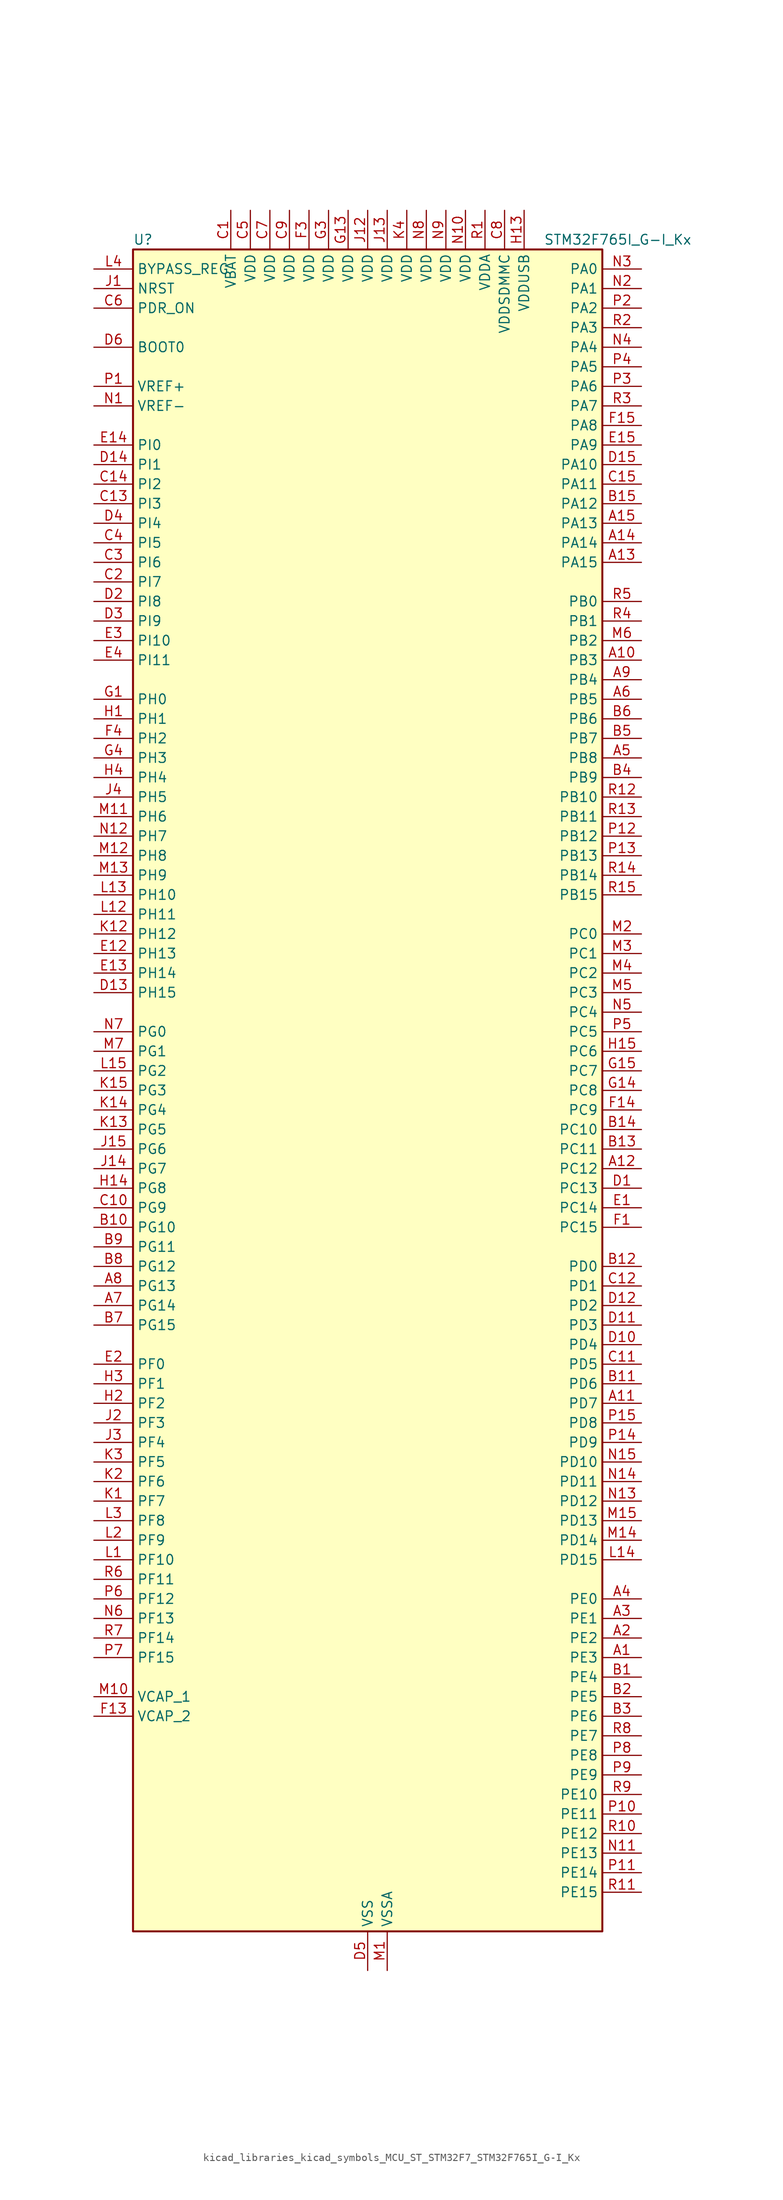
<source format=kicad_sym>
(kicad_symbol_lib
  (version 20220914)
  (generator kicad_symbol_editor)
  (symbol "kicad_libraries_kicad_symbols_MCU_ST_STM32F7_STM32F765I_G-I_Kx"
    (property "Reference" "U"
      (at -30.48 110.49 0)
      (effects (font (size 1.27 1.27)) (justify left)))
    (property "Value" "STM32F765I_G-I_Kx"
      (at 22.86 110.49 0)
      (effects (font (size 1.27 1.27)) (justify left)))
    (property "ki_locked" ""
      (at 0 0 0)
      (effects (font (size 1.27 1.27))))
    (symbol "kicad_libraries_kicad_symbols_MCU_ST_STM32F7_STM32F765I_G-I_Kx_0_1"
      (rectangle (start -30.48 -109.22) (end 30.48 109.22) (stroke (width 0.254) (type default)) (fill (type background))))
    (symbol "kicad_libraries_kicad_symbols_MCU_ST_STM32F7_STM32F765I_G-I_Kx_1_1"
      (pin bidirectional line (at 35.56 -73.66 180) (length 5.08) (name "PE3" (effects (font (size 1.27 1.27)))) (number "A1" (effects (font (size 1.27 1.27)))) (alternate "FMC_A19" bidirectional line) (alternate "SAI1_SD_B" bidirectional line) (alternate "SYS_TRACED0" bidirectional line))
      (pin bidirectional line (at 35.56 55.88 180) (length 5.08) (name "PB3" (effects (font (size 1.27 1.27)))) (number "A10" (effects (font (size 1.27 1.27)))) (alternate "CAN3_RX" bidirectional line) (alternate "I2S1_CK" bidirectional line) (alternate "I2S3_CK" bidirectional line) (alternate "SDMMC2_D2" bidirectional line) (alternate "SPI1_SCK" bidirectional line) (alternate "SPI3_SCK" bidirectional line) (alternate "SPI6_SCK" bidirectional line) (alternate "SYS_JTDO-SWO" bidirectional line) (alternate "TIM2_CH2" bidirectional line) (alternate "UART7_RX" bidirectional line))
      (pin bidirectional line (at 35.56 -40.64 180) (length 5.08) (name "PD7" (effects (font (size 1.27 1.27)))) (number "A11" (effects (font (size 1.27 1.27)))) (alternate "DFSDM1_CKIN1" bidirectional line) (alternate "DFSDM1_DATIN4" bidirectional line) (alternate "FMC_NE1" bidirectional line) (alternate "I2S1_SD" bidirectional line) (alternate "SDMMC2_CMD" bidirectional line) (alternate "SPDIFRX_IN0" bidirectional line) (alternate "SPI1_MOSI" bidirectional line) (alternate "USART2_CK" bidirectional line))
      (pin bidirectional line (at 35.56 -10.16 180) (length 5.08) (name "PC12" (effects (font (size 1.27 1.27)))) (number "A12" (effects (font (size 1.27 1.27)))) (alternate "DCMI_D9" bidirectional line) (alternate "I2S3_SD" bidirectional line) (alternate "SDMMC1_CK" bidirectional line) (alternate "SPI3_MOSI" bidirectional line) (alternate "SYS_TRACED3" bidirectional line) (alternate "UART5_TX" bidirectional line) (alternate "USART3_CK" bidirectional line))
      (pin bidirectional line (at 35.56 68.58 180) (length 5.08) (name "PA15" (effects (font (size 1.27 1.27)))) (number "A13" (effects (font (size 1.27 1.27)))) (alternate "CAN3_TX" bidirectional line) (alternate "CEC" bidirectional line) (alternate "I2S1_WS" bidirectional line) (alternate "I2S3_WS" bidirectional line) (alternate "SPI1_NSS" bidirectional line) (alternate "SPI3_NSS" bidirectional line) (alternate "SPI6_NSS" bidirectional line) (alternate "SYS_JTDI" bidirectional line) (alternate "TIM2_CH1" bidirectional line) (alternate "TIM2_ETR" bidirectional line) (alternate "UART4_DE" bidirectional line) (alternate "UART4_RTS" bidirectional line) (alternate "UART7_TX" bidirectional line))
      (pin bidirectional line (at 35.56 71.12 180) (length 5.08) (name "PA14" (effects (font (size 1.27 1.27)))) (number "A14" (effects (font (size 1.27 1.27)))) (alternate "SYS_JTCK-SWCLK" bidirectional line))
      (pin bidirectional line (at 35.56 73.66 180) (length 5.08) (name "PA13" (effects (font (size 1.27 1.27)))) (number "A15" (effects (font (size 1.27 1.27)))) (alternate "SYS_JTMS-SWDIO" bidirectional line))
      (pin bidirectional line (at 35.56 -71.12 180) (length 5.08) (name "PE2" (effects (font (size 1.27 1.27)))) (number "A2" (effects (font (size 1.27 1.27)))) (alternate "ETH_TXD3" bidirectional line) (alternate "FMC_A23" bidirectional line) (alternate "QUADSPI_BK1_IO2" bidirectional line) (alternate "SAI1_MCLK_A" bidirectional line) (alternate "SPI4_SCK" bidirectional line) (alternate "SYS_TRACECLK" bidirectional line))
      (pin bidirectional line (at 35.56 -68.58 180) (length 5.08) (name "PE1" (effects (font (size 1.27 1.27)))) (number "A3" (effects (font (size 1.27 1.27)))) (alternate "DCMI_D3" bidirectional line) (alternate "FMC_NBL1" bidirectional line) (alternate "LPTIM1_IN2" bidirectional line) (alternate "UART8_TX" bidirectional line))
      (pin bidirectional line (at 35.56 -66.04 180) (length 5.08) (name "PE0" (effects (font (size 1.27 1.27)))) (number "A4" (effects (font (size 1.27 1.27)))) (alternate "DCMI_D2" bidirectional line) (alternate "FMC_NBL0" bidirectional line) (alternate "LPTIM1_ETR" bidirectional line) (alternate "SAI2_MCLK_A" bidirectional line) (alternate "TIM4_ETR" bidirectional line) (alternate "UART8_RX" bidirectional line))
      (pin bidirectional line (at 35.56 43.18 180) (length 5.08) (name "PB8" (effects (font (size 1.27 1.27)))) (number "A5" (effects (font (size 1.27 1.27)))) (alternate "CAN1_RX" bidirectional line) (alternate "DCMI_D6" bidirectional line) (alternate "DFSDM1_CKIN7" bidirectional line) (alternate "ETH_TXD3" bidirectional line) (alternate "I2C1_SCL" bidirectional line) (alternate "I2C4_SCL" bidirectional line) (alternate "SDMMC1_D4" bidirectional line) (alternate "SDMMC2_D4" bidirectional line) (alternate "TIM10_CH1" bidirectional line) (alternate "TIM4_CH3" bidirectional line) (alternate "UART5_RX" bidirectional line))
      (pin bidirectional line (at 35.56 50.8 180) (length 5.08) (name "PB5" (effects (font (size 1.27 1.27)))) (number "A6" (effects (font (size 1.27 1.27)))) (alternate "CAN2_RX" bidirectional line) (alternate "DCMI_D10" bidirectional line) (alternate "ETH_PPS_OUT" bidirectional line) (alternate "FMC_SDCKE1" bidirectional line) (alternate "I2C1_SMBA" bidirectional line) (alternate "I2S1_SD" bidirectional line) (alternate "I2S3_SD" bidirectional line) (alternate "SPI1_MOSI" bidirectional line) (alternate "SPI3_MOSI" bidirectional line) (alternate "SPI6_MOSI" bidirectional line) (alternate "TIM3_CH2" bidirectional line) (alternate "UART5_RX" bidirectional line) (alternate "USB_OTG_HS_ULPI_D7" bidirectional line))
      (pin bidirectional line (at -35.56 -27.94 0) (length 5.08) (name "PG14" (effects (font (size 1.27 1.27)))) (number "A7" (effects (font (size 1.27 1.27)))) (alternate "ETH_TXD1" bidirectional line) (alternate "FMC_A25" bidirectional line) (alternate "LPTIM1_ETR" bidirectional line) (alternate "QUADSPI_BK2_IO3" bidirectional line) (alternate "SPI6_MOSI" bidirectional line) (alternate "SYS_TRACED1" bidirectional line) (alternate "USART6_TX" bidirectional line))
      (pin bidirectional line (at -35.56 -25.4 0) (length 5.08) (name "PG13" (effects (font (size 1.27 1.27)))) (number "A8" (effects (font (size 1.27 1.27)))) (alternate "ETH_TXD0" bidirectional line) (alternate "FMC_A24" bidirectional line) (alternate "LPTIM1_OUT" bidirectional line) (alternate "SPI6_SCK" bidirectional line) (alternate "SYS_TRACED0" bidirectional line) (alternate "USART6_CTS" bidirectional line))
      (pin bidirectional line (at 35.56 53.34 180) (length 5.08) (name "PB4" (effects (font (size 1.27 1.27)))) (number "A9" (effects (font (size 1.27 1.27)))) (alternate "CAN3_TX" bidirectional line) (alternate "I2S2_WS" bidirectional line) (alternate "SDMMC2_D3" bidirectional line) (alternate "SPI1_MISO" bidirectional line) (alternate "SPI2_NSS" bidirectional line) (alternate "SPI3_MISO" bidirectional line) (alternate "SPI6_MISO" bidirectional line) (alternate "SYS_JTRST" bidirectional line) (alternate "TIM3_CH1" bidirectional line) (alternate "UART7_TX" bidirectional line))
      (pin bidirectional line (at 35.56 -76.2 180) (length 5.08) (name "PE4" (effects (font (size 1.27 1.27)))) (number "B1" (effects (font (size 1.27 1.27)))) (alternate "DCMI_D4" bidirectional line) (alternate "DFSDM1_DATIN3" bidirectional line) (alternate "FMC_A20" bidirectional line) (alternate "SAI1_FS_A" bidirectional line) (alternate "SPI4_NSS" bidirectional line) (alternate "SYS_TRACED1" bidirectional line))
      (pin bidirectional line (at -35.56 -17.78 0) (length 5.08) (name "PG10" (effects (font (size 1.27 1.27)))) (number "B10" (effects (font (size 1.27 1.27)))) (alternate "DCMI_D2" bidirectional line) (alternate "FMC_NE3" bidirectional line) (alternate "I2S1_WS" bidirectional line) (alternate "SAI2_SD_B" bidirectional line) (alternate "SDMMC2_D1" bidirectional line) (alternate "SPI1_NSS" bidirectional line))
      (pin bidirectional line (at 35.56 -38.1 180) (length 5.08) (name "PD6" (effects (font (size 1.27 1.27)))) (number "B11" (effects (font (size 1.27 1.27)))) (alternate "DCMI_D10" bidirectional line) (alternate "DFSDM1_CKIN4" bidirectional line) (alternate "DFSDM1_DATIN1" bidirectional line) (alternate "FMC_NWAIT" bidirectional line) (alternate "I2S3_SD" bidirectional line) (alternate "SAI1_SD_A" bidirectional line) (alternate "SDMMC2_CK" bidirectional line) (alternate "SPI3_MOSI" bidirectional line) (alternate "USART2_RX" bidirectional line))
      (pin bidirectional line (at 35.56 -22.86 180) (length 5.08) (name "PD0" (effects (font (size 1.27 1.27)))) (number "B12" (effects (font (size 1.27 1.27)))) (alternate "CAN1_RX" bidirectional line) (alternate "DFSDM1_CKIN6" bidirectional line) (alternate "DFSDM1_DATIN7" bidirectional line) (alternate "FMC_D2" bidirectional line) (alternate "FMC_DA2" bidirectional line) (alternate "UART4_RX" bidirectional line))
      (pin bidirectional line (at 35.56 -7.62 180) (length 5.08) (name "PC11" (effects (font (size 1.27 1.27)))) (number "B13" (effects (font (size 1.27 1.27)))) (alternate "ADC1_EXTI11" bidirectional line) (alternate "ADC2_EXTI11" bidirectional line) (alternate "ADC3_EXTI11" bidirectional line) (alternate "DCMI_D4" bidirectional line) (alternate "DFSDM1_DATIN5" bidirectional line) (alternate "QUADSPI_BK2_NCS" bidirectional line) (alternate "SDMMC1_D3" bidirectional line) (alternate "SPI3_MISO" bidirectional line) (alternate "UART4_RX" bidirectional line) (alternate "USART3_RX" bidirectional line))
      (pin bidirectional line (at 35.56 -5.08 180) (length 5.08) (name "PC10" (effects (font (size 1.27 1.27)))) (number "B14" (effects (font (size 1.27 1.27)))) (alternate "DCMI_D8" bidirectional line) (alternate "DFSDM1_CKIN5" bidirectional line) (alternate "I2S3_CK" bidirectional line) (alternate "QUADSPI_BK1_IO1" bidirectional line) (alternate "SDMMC1_D2" bidirectional line) (alternate "SPI3_SCK" bidirectional line) (alternate "UART4_TX" bidirectional line) (alternate "USART3_TX" bidirectional line))
      (pin bidirectional line (at 35.56 76.2 180) (length 5.08) (name "PA12" (effects (font (size 1.27 1.27)))) (number "B15" (effects (font (size 1.27 1.27)))) (alternate "CAN1_TX" bidirectional line) (alternate "I2S2_CK" bidirectional line) (alternate "SAI2_FS_B" bidirectional line) (alternate "SPI2_SCK" bidirectional line) (alternate "TIM1_ETR" bidirectional line) (alternate "UART4_TX" bidirectional line) (alternate "USART1_DE" bidirectional line) (alternate "USART1_RTS" bidirectional line) (alternate "USB_OTG_FS_DP" bidirectional line))
      (pin bidirectional line (at 35.56 -78.74 180) (length 5.08) (name "PE5" (effects (font (size 1.27 1.27)))) (number "B2" (effects (font (size 1.27 1.27)))) (alternate "DCMI_D6" bidirectional line) (alternate "DFSDM1_CKIN3" bidirectional line) (alternate "FMC_A21" bidirectional line) (alternate "SAI1_SCK_A" bidirectional line) (alternate "SPI4_MISO" bidirectional line) (alternate "SYS_TRACED2" bidirectional line) (alternate "TIM9_CH1" bidirectional line))
      (pin bidirectional line (at 35.56 -81.28 180) (length 5.08) (name "PE6" (effects (font (size 1.27 1.27)))) (number "B3" (effects (font (size 1.27 1.27)))) (alternate "DCMI_D7" bidirectional line) (alternate "FMC_A22" bidirectional line) (alternate "SAI1_SD_A" bidirectional line) (alternate "SAI2_MCLK_B" bidirectional line) (alternate "SPI4_MOSI" bidirectional line) (alternate "SYS_TRACED3" bidirectional line) (alternate "TIM1_BKIN2" bidirectional line) (alternate "TIM9_CH2" bidirectional line))
      (pin bidirectional line (at 35.56 40.64 180) (length 5.08) (name "PB9" (effects (font (size 1.27 1.27)))) (number "B4" (effects (font (size 1.27 1.27)))) (alternate "CAN1_TX" bidirectional line) (alternate "DAC_EXTI9" bidirectional line) (alternate "DCMI_D7" bidirectional line) (alternate "DFSDM1_DATIN7" bidirectional line) (alternate "I2C1_SDA" bidirectional line) (alternate "I2C4_SDA" bidirectional line) (alternate "I2C4_SMBA" bidirectional line) (alternate "I2S2_WS" bidirectional line) (alternate "SDMMC1_D5" bidirectional line) (alternate "SDMMC2_D5" bidirectional line) (alternate "SPI2_NSS" bidirectional line) (alternate "TIM11_CH1" bidirectional line) (alternate "TIM4_CH4" bidirectional line) (alternate "UART5_TX" bidirectional line))
      (pin bidirectional line (at 35.56 45.72 180) (length 5.08) (name "PB7" (effects (font (size 1.27 1.27)))) (number "B5" (effects (font (size 1.27 1.27)))) (alternate "DCMI_VSYNC" bidirectional line) (alternate "DFSDM1_CKIN5" bidirectional line) (alternate "FMC_NL" bidirectional line) (alternate "I2C1_SDA" bidirectional line) (alternate "I2C4_SDA" bidirectional line) (alternate "TIM4_CH2" bidirectional line) (alternate "USART1_RX" bidirectional line))
      (pin bidirectional line (at 35.56 48.26 180) (length 5.08) (name "PB6" (effects (font (size 1.27 1.27)))) (number "B6" (effects (font (size 1.27 1.27)))) (alternate "CAN2_TX" bidirectional line) (alternate "CEC" bidirectional line) (alternate "DCMI_D5" bidirectional line) (alternate "DFSDM1_DATIN5" bidirectional line) (alternate "FMC_SDNE1" bidirectional line) (alternate "I2C1_SCL" bidirectional line) (alternate "I2C4_SCL" bidirectional line) (alternate "QUADSPI_BK1_NCS" bidirectional line) (alternate "TIM4_CH1" bidirectional line) (alternate "UART5_TX" bidirectional line) (alternate "USART1_TX" bidirectional line))
      (pin bidirectional line (at -35.56 -30.48 0) (length 5.08) (name "PG15" (effects (font (size 1.27 1.27)))) (number "B7" (effects (font (size 1.27 1.27)))) (alternate "DCMI_D13" bidirectional line) (alternate "FMC_SDNCAS" bidirectional line) (alternate "USART6_CTS" bidirectional line))
      (pin bidirectional line (at -35.56 -22.86 0) (length 5.08) (name "PG12" (effects (font (size 1.27 1.27)))) (number "B8" (effects (font (size 1.27 1.27)))) (alternate "FMC_NE4" bidirectional line) (alternate "LPTIM1_IN1" bidirectional line) (alternate "SDMMC2_D3" bidirectional line) (alternate "SPDIFRX_IN1" bidirectional line) (alternate "SPI6_MISO" bidirectional line) (alternate "USART6_DE" bidirectional line) (alternate "USART6_RTS" bidirectional line))
      (pin bidirectional line (at -35.56 -20.32 0) (length 5.08) (name "PG11" (effects (font (size 1.27 1.27)))) (number "B9" (effects (font (size 1.27 1.27)))) (alternate "ADC1_EXTI11" bidirectional line) (alternate "ADC2_EXTI11" bidirectional line) (alternate "ADC3_EXTI11" bidirectional line) (alternate "DCMI_D3" bidirectional line) (alternate "ETH_TX_EN" bidirectional line) (alternate "I2S1_CK" bidirectional line) (alternate "SDMMC2_D2" bidirectional line) (alternate "SPDIFRX_IN0" bidirectional line) (alternate "SPI1_SCK" bidirectional line))
      (pin power_in line (at -17.78 114.3 270) (length 5.08) (name "VBAT" (effects (font (size 1.27 1.27)))) (number "C1" (effects (font (size 1.27 1.27)))))
      (pin bidirectional line (at -35.56 -15.24 0) (length 5.08) (name "PG9" (effects (font (size 1.27 1.27)))) (number "C10" (effects (font (size 1.27 1.27)))) (alternate "DAC_EXTI9" bidirectional line) (alternate "DCMI_VSYNC" bidirectional line) (alternate "FMC_NCE" bidirectional line) (alternate "FMC_NE2" bidirectional line) (alternate "QUADSPI_BK2_IO2" bidirectional line) (alternate "SAI2_FS_B" bidirectional line) (alternate "SDMMC2_D0" bidirectional line) (alternate "SPDIFRX_IN3" bidirectional line) (alternate "SPI1_MISO" bidirectional line) (alternate "USART6_RX" bidirectional line))
      (pin bidirectional line (at 35.56 -35.56 180) (length 5.08) (name "PD5" (effects (font (size 1.27 1.27)))) (number "C11" (effects (font (size 1.27 1.27)))) (alternate "FMC_NWE" bidirectional line) (alternate "USART2_TX" bidirectional line))
      (pin bidirectional line (at 35.56 -25.4 180) (length 5.08) (name "PD1" (effects (font (size 1.27 1.27)))) (number "C12" (effects (font (size 1.27 1.27)))) (alternate "CAN1_TX" bidirectional line) (alternate "DFSDM1_CKIN7" bidirectional line) (alternate "DFSDM1_DATIN6" bidirectional line) (alternate "FMC_D3" bidirectional line) (alternate "FMC_DA3" bidirectional line) (alternate "UART4_TX" bidirectional line))
      (pin bidirectional line (at -35.56 76.2 0) (length 5.08) (name "PI3" (effects (font (size 1.27 1.27)))) (number "C13" (effects (font (size 1.27 1.27)))) (alternate "DCMI_D10" bidirectional line) (alternate "FMC_D27" bidirectional line) (alternate "I2S2_SD" bidirectional line) (alternate "SPI2_MOSI" bidirectional line) (alternate "TIM8_ETR" bidirectional line))
      (pin bidirectional line (at -35.56 78.74 0) (length 5.08) (name "PI2" (effects (font (size 1.27 1.27)))) (number "C14" (effects (font (size 1.27 1.27)))) (alternate "DCMI_D9" bidirectional line) (alternate "FMC_D26" bidirectional line) (alternate "SPI2_MISO" bidirectional line) (alternate "TIM8_CH4" bidirectional line))
      (pin bidirectional line (at 35.56 78.74 180) (length 5.08) (name "PA11" (effects (font (size 1.27 1.27)))) (number "C15" (effects (font (size 1.27 1.27)))) (alternate "ADC1_EXTI11" bidirectional line) (alternate "ADC2_EXTI11" bidirectional line) (alternate "ADC3_EXTI11" bidirectional line) (alternate "CAN1_RX" bidirectional line) (alternate "I2S2_WS" bidirectional line) (alternate "SPI2_NSS" bidirectional line) (alternate "TIM1_CH4" bidirectional line) (alternate "UART4_RX" bidirectional line) (alternate "USART1_CTS" bidirectional line) (alternate "USB_OTG_FS_DM" bidirectional line))
      (pin bidirectional line (at -35.56 66.04 0) (length 5.08) (name "PI7" (effects (font (size 1.27 1.27)))) (number "C2" (effects (font (size 1.27 1.27)))) (alternate "DCMI_D7" bidirectional line) (alternate "FMC_D29" bidirectional line) (alternate "SAI2_FS_A" bidirectional line) (alternate "TIM8_CH3" bidirectional line))
      (pin bidirectional line (at -35.56 68.58 0) (length 5.08) (name "PI6" (effects (font (size 1.27 1.27)))) (number "C3" (effects (font (size 1.27 1.27)))) (alternate "DCMI_D6" bidirectional line) (alternate "FMC_D28" bidirectional line) (alternate "SAI2_SD_A" bidirectional line) (alternate "TIM8_CH2" bidirectional line))
      (pin bidirectional line (at -35.56 71.12 0) (length 5.08) (name "PI5" (effects (font (size 1.27 1.27)))) (number "C4" (effects (font (size 1.27 1.27)))) (alternate "DCMI_VSYNC" bidirectional line) (alternate "FMC_NBL3" bidirectional line) (alternate "SAI2_SCK_A" bidirectional line) (alternate "TIM8_CH1" bidirectional line))
      (pin power_in line (at -15.24 114.3 270) (length 5.08) (name "VDD" (effects (font (size 1.27 1.27)))) (number "C5" (effects (font (size 1.27 1.27)))))
      (pin input line (at -35.56 101.6 0) (length 5.08) (name "PDR_ON" (effects (font (size 1.27 1.27)))) (number "C6" (effects (font (size 1.27 1.27)))))
      (pin power_in line (at -12.7 114.3 270) (length 5.08) (name "VDD" (effects (font (size 1.27 1.27)))) (number "C7" (effects (font (size 1.27 1.27)))))
      (pin power_in line (at 17.78 114.3 270) (length 5.08) (name "VDDSDMMC" (effects (font (size 1.27 1.27)))) (number "C8" (effects (font (size 1.27 1.27)))))
      (pin power_in line (at -10.16 114.3 270) (length 5.08) (name "VDD" (effects (font (size 1.27 1.27)))) (number "C9" (effects (font (size 1.27 1.27)))))
      (pin bidirectional line (at 35.56 -12.7 180) (length 5.08) (name "PC13" (effects (font (size 1.27 1.27)))) (number "D1" (effects (font (size 1.27 1.27)))) (alternate "RTC_OUT" bidirectional line) (alternate "RTC_TAMP1" bidirectional line) (alternate "RTC_TS" bidirectional line) (alternate "SYS_WKUP4" bidirectional line))
      (pin bidirectional line (at 35.56 -33.02 180) (length 5.08) (name "PD4" (effects (font (size 1.27 1.27)))) (number "D10" (effects (font (size 1.27 1.27)))) (alternate "DFSDM1_CKIN0" bidirectional line) (alternate "FMC_NOE" bidirectional line) (alternate "USART2_DE" bidirectional line) (alternate "USART2_RTS" bidirectional line))
      (pin bidirectional line (at 35.56 -30.48 180) (length 5.08) (name "PD3" (effects (font (size 1.27 1.27)))) (number "D11" (effects (font (size 1.27 1.27)))) (alternate "DCMI_D5" bidirectional line) (alternate "DFSDM1_CKOUT" bidirectional line) (alternate "DFSDM1_DATIN0" bidirectional line) (alternate "FMC_CLK" bidirectional line) (alternate "I2S2_CK" bidirectional line) (alternate "SPI2_SCK" bidirectional line) (alternate "USART2_CTS" bidirectional line))
      (pin bidirectional line (at 35.56 -27.94 180) (length 5.08) (name "PD2" (effects (font (size 1.27 1.27)))) (number "D12" (effects (font (size 1.27 1.27)))) (alternate "DCMI_D11" bidirectional line) (alternate "SDMMC1_CMD" bidirectional line) (alternate "SYS_TRACED2" bidirectional line) (alternate "TIM3_ETR" bidirectional line) (alternate "UART5_RX" bidirectional line))
      (pin bidirectional line (at -35.56 12.7 0) (length 5.08) (name "PH15" (effects (font (size 1.27 1.27)))) (number "D13" (effects (font (size 1.27 1.27)))) (alternate "DCMI_D11" bidirectional line) (alternate "FMC_D23" bidirectional line) (alternate "TIM8_CH3N" bidirectional line))
      (pin bidirectional line (at -35.56 81.28 0) (length 5.08) (name "PI1" (effects (font (size 1.27 1.27)))) (number "D14" (effects (font (size 1.27 1.27)))) (alternate "DCMI_D8" bidirectional line) (alternate "FMC_D25" bidirectional line) (alternate "I2S2_CK" bidirectional line) (alternate "SPI2_SCK" bidirectional line) (alternate "TIM8_BKIN2" bidirectional line))
      (pin bidirectional line (at 35.56 81.28 180) (length 5.08) (name "PA10" (effects (font (size 1.27 1.27)))) (number "D15" (effects (font (size 1.27 1.27)))) (alternate "DCMI_D1" bidirectional line) (alternate "MDIOS_MDIO" bidirectional line) (alternate "TIM1_CH3" bidirectional line) (alternate "USART1_RX" bidirectional line) (alternate "USB_OTG_FS_ID" bidirectional line))
      (pin bidirectional line (at -35.56 63.5 0) (length 5.08) (name "PI8" (effects (font (size 1.27 1.27)))) (number "D2" (effects (font (size 1.27 1.27)))) (alternate "RTC_TAMP2" bidirectional line) (alternate "RTC_TS" bidirectional line) (alternate "SYS_WKUP5" bidirectional line))
      (pin bidirectional line (at -35.56 60.96 0) (length 5.08) (name "PI9" (effects (font (size 1.27 1.27)))) (number "D3" (effects (font (size 1.27 1.27)))) (alternate "CAN1_RX" bidirectional line) (alternate "DAC_EXTI9" bidirectional line) (alternate "FMC_D30" bidirectional line) (alternate "UART4_RX" bidirectional line))
      (pin bidirectional line (at -35.56 73.66 0) (length 5.08) (name "PI4" (effects (font (size 1.27 1.27)))) (number "D4" (effects (font (size 1.27 1.27)))) (alternate "DCMI_D5" bidirectional line) (alternate "FMC_NBL2" bidirectional line) (alternate "SAI2_MCLK_A" bidirectional line) (alternate "TIM8_BKIN" bidirectional line))
      (pin power_in line (at 0 -114.3 90) (length 5.08) (name "VSS" (effects (font (size 1.27 1.27)))) (number "D5" (effects (font (size 1.27 1.27)))))
      (pin input line (at -35.56 96.52 0) (length 5.08) (name "BOOT0" (effects (font (size 1.27 1.27)))) (number "D6" (effects (font (size 1.27 1.27)))))
      (pin passive line (at 0 -114.3 90) (length 5.08) hide (name "VSS" (effects (font (size 1.27 1.27)))) (number "D7" (effects (font (size 1.27 1.27)))))
      (pin passive line (at 0 -114.3 90) (length 5.08) hide (name "VSS" (effects (font (size 1.27 1.27)))) (number "D8" (effects (font (size 1.27 1.27)))))
      (pin passive line (at 0 -114.3 90) (length 5.08) hide (name "VSS" (effects (font (size 1.27 1.27)))) (number "D9" (effects (font (size 1.27 1.27)))))
      (pin bidirectional line (at 35.56 -15.24 180) (length 5.08) (name "PC14" (effects (font (size 1.27 1.27)))) (number "E1" (effects (font (size 1.27 1.27)))) (alternate "RCC_OSC32_IN" bidirectional line))
      (pin bidirectional line (at -35.56 17.78 0) (length 5.08) (name "PH13" (effects (font (size 1.27 1.27)))) (number "E12" (effects (font (size 1.27 1.27)))) (alternate "CAN1_TX" bidirectional line) (alternate "FMC_D21" bidirectional line) (alternate "TIM8_CH1N" bidirectional line) (alternate "UART4_TX" bidirectional line))
      (pin bidirectional line (at -35.56 15.24 0) (length 5.08) (name "PH14" (effects (font (size 1.27 1.27)))) (number "E13" (effects (font (size 1.27 1.27)))) (alternate "CAN1_RX" bidirectional line) (alternate "DCMI_D4" bidirectional line) (alternate "FMC_D22" bidirectional line) (alternate "TIM8_CH2N" bidirectional line) (alternate "UART4_RX" bidirectional line))
      (pin bidirectional line (at -35.56 83.82 0) (length 5.08) (name "PI0" (effects (font (size 1.27 1.27)))) (number "E14" (effects (font (size 1.27 1.27)))) (alternate "DCMI_D13" bidirectional line) (alternate "FMC_D24" bidirectional line) (alternate "I2S2_WS" bidirectional line) (alternate "SPI2_NSS" bidirectional line) (alternate "TIM5_CH4" bidirectional line))
      (pin bidirectional line (at 35.56 83.82 180) (length 5.08) (name "PA9" (effects (font (size 1.27 1.27)))) (number "E15" (effects (font (size 1.27 1.27)))) (alternate "DAC_EXTI9" bidirectional line) (alternate "DCMI_D0" bidirectional line) (alternate "I2C3_SMBA" bidirectional line) (alternate "I2S2_CK" bidirectional line) (alternate "SPI2_SCK" bidirectional line) (alternate "TIM1_CH2" bidirectional line) (alternate "USART1_TX" bidirectional line) (alternate "USB_OTG_FS_VBUS" bidirectional line))
      (pin bidirectional line (at -35.56 -35.56 0) (length 5.08) (name "PF0" (effects (font (size 1.27 1.27)))) (number "E2" (effects (font (size 1.27 1.27)))) (alternate "FMC_A0" bidirectional line) (alternate "I2C2_SDA" bidirectional line))
      (pin bidirectional line (at -35.56 58.42 0) (length 5.08) (name "PI10" (effects (font (size 1.27 1.27)))) (number "E3" (effects (font (size 1.27 1.27)))) (alternate "ETH_RX_ER" bidirectional line) (alternate "FMC_D31" bidirectional line))
      (pin bidirectional line (at -35.56 55.88 0) (length 5.08) (name "PI11" (effects (font (size 1.27 1.27)))) (number "E4" (effects (font (size 1.27 1.27)))) (alternate "ADC1_EXTI11" bidirectional line) (alternate "ADC2_EXTI11" bidirectional line) (alternate "ADC3_EXTI11" bidirectional line) (alternate "SYS_WKUP6" bidirectional line) (alternate "USB_OTG_HS_ULPI_DIR" bidirectional line))
      (pin bidirectional line (at 35.56 -17.78 180) (length 5.08) (name "PC15" (effects (font (size 1.27 1.27)))) (number "F1" (effects (font (size 1.27 1.27)))) (alternate "RCC_OSC32_OUT" bidirectional line))
      (pin passive line (at 0 -114.3 90) (length 5.08) hide (name "VSS" (effects (font (size 1.27 1.27)))) (number "F10" (effects (font (size 1.27 1.27)))))
      (pin passive line (at 0 -114.3 90) (length 5.08) hide (name "VSS" (effects (font (size 1.27 1.27)))) (number "F12" (effects (font (size 1.27 1.27)))))
      (pin power_out line (at -35.56 -81.28 0) (length 5.08) (name "VCAP_2" (effects (font (size 1.27 1.27)))) (number "F13" (effects (font (size 1.27 1.27)))))
      (pin bidirectional line (at 35.56 -2.54 180) (length 5.08) (name "PC9" (effects (font (size 1.27 1.27)))) (number "F14" (effects (font (size 1.27 1.27)))) (alternate "DAC_EXTI9" bidirectional line) (alternate "DCMI_D3" bidirectional line) (alternate "I2C3_SDA" bidirectional line) (alternate "I2S_CKIN" bidirectional line) (alternate "QUADSPI_BK1_IO0" bidirectional line) (alternate "RCC_MCO_2" bidirectional line) (alternate "SDMMC1_D1" bidirectional line) (alternate "TIM3_CH4" bidirectional line) (alternate "TIM8_CH4" bidirectional line) (alternate "UART5_CTS" bidirectional line))
      (pin bidirectional line (at 35.56 86.36 180) (length 5.08) (name "PA8" (effects (font (size 1.27 1.27)))) (number "F15" (effects (font (size 1.27 1.27)))) (alternate "CAN3_RX" bidirectional line) (alternate "I2C3_SCL" bidirectional line) (alternate "RCC_MCO_1" bidirectional line) (alternate "TIM1_CH1" bidirectional line) (alternate "TIM8_BKIN2" bidirectional line) (alternate "UART7_RX" bidirectional line) (alternate "USART1_CK" bidirectional line) (alternate "USB_OTG_FS_SOF" bidirectional line))
      (pin passive line (at 0 -114.3 90) (length 5.08) hide (name "VSS" (effects (font (size 1.27 1.27)))) (number "F2" (effects (font (size 1.27 1.27)))))
      (pin power_in line (at -7.62 114.3 270) (length 5.08) (name "VDD" (effects (font (size 1.27 1.27)))) (number "F3" (effects (font (size 1.27 1.27)))))
      (pin bidirectional line (at -35.56 45.72 0) (length 5.08) (name "PH2" (effects (font (size 1.27 1.27)))) (number "F4" (effects (font (size 1.27 1.27)))) (alternate "ETH_CRS" bidirectional line) (alternate "FMC_SDCKE0" bidirectional line) (alternate "LPTIM1_IN2" bidirectional line) (alternate "QUADSPI_BK2_IO0" bidirectional line) (alternate "SAI2_SCK_B" bidirectional line))
      (pin passive line (at 0 -114.3 90) (length 5.08) hide (name "VSS" (effects (font (size 1.27 1.27)))) (number "F6" (effects (font (size 1.27 1.27)))))
      (pin passive line (at 0 -114.3 90) (length 5.08) hide (name "VSS" (effects (font (size 1.27 1.27)))) (number "F7" (effects (font (size 1.27 1.27)))))
      (pin passive line (at 0 -114.3 90) (length 5.08) hide (name "VSS" (effects (font (size 1.27 1.27)))) (number "F8" (effects (font (size 1.27 1.27)))))
      (pin passive line (at 0 -114.3 90) (length 5.08) hide (name "VSS" (effects (font (size 1.27 1.27)))) (number "F9" (effects (font (size 1.27 1.27)))))
      (pin bidirectional line (at -35.56 50.8 0) (length 5.08) (name "PH0" (effects (font (size 1.27 1.27)))) (number "G1" (effects (font (size 1.27 1.27)))) (alternate "RCC_OSC_IN" bidirectional line))
      (pin passive line (at 0 -114.3 90) (length 5.08) hide (name "VSS" (effects (font (size 1.27 1.27)))) (number "G10" (effects (font (size 1.27 1.27)))))
      (pin passive line (at 0 -114.3 90) (length 5.08) hide (name "VSS" (effects (font (size 1.27 1.27)))) (number "G12" (effects (font (size 1.27 1.27)))))
      (pin power_in line (at -2.54 114.3 270) (length 5.08) (name "VDD" (effects (font (size 1.27 1.27)))) (number "G13" (effects (font (size 1.27 1.27)))))
      (pin bidirectional line (at 35.56 0 180) (length 5.08) (name "PC8" (effects (font (size 1.27 1.27)))) (number "G14" (effects (font (size 1.27 1.27)))) (alternate "DCMI_D2" bidirectional line) (alternate "FMC_NCE" bidirectional line) (alternate "FMC_NE2" bidirectional line) (alternate "SDMMC1_D0" bidirectional line) (alternate "SYS_TRACED1" bidirectional line) (alternate "TIM3_CH3" bidirectional line) (alternate "TIM8_CH3" bidirectional line) (alternate "UART5_DE" bidirectional line) (alternate "UART5_RTS" bidirectional line) (alternate "USART6_CK" bidirectional line))
      (pin bidirectional line (at 35.56 2.54 180) (length 5.08) (name "PC7" (effects (font (size 1.27 1.27)))) (number "G15" (effects (font (size 1.27 1.27)))) (alternate "DCMI_D1" bidirectional line) (alternate "DFSDM1_DATIN3" bidirectional line) (alternate "FMC_NE1" bidirectional line) (alternate "I2S3_MCK" bidirectional line) (alternate "SDMMC1_D7" bidirectional line) (alternate "SDMMC2_D7" bidirectional line) (alternate "TIM3_CH2" bidirectional line) (alternate "TIM8_CH2" bidirectional line) (alternate "USART6_RX" bidirectional line))
      (pin passive line (at 0 -114.3 90) (length 5.08) hide (name "VSS" (effects (font (size 1.27 1.27)))) (number "G2" (effects (font (size 1.27 1.27)))))
      (pin power_in line (at -5.08 114.3 270) (length 5.08) (name "VDD" (effects (font (size 1.27 1.27)))) (number "G3" (effects (font (size 1.27 1.27)))))
      (pin bidirectional line (at -35.56 43.18 0) (length 5.08) (name "PH3" (effects (font (size 1.27 1.27)))) (number "G4" (effects (font (size 1.27 1.27)))) (alternate "ETH_COL" bidirectional line) (alternate "FMC_SDNE0" bidirectional line) (alternate "QUADSPI_BK2_IO1" bidirectional line) (alternate "SAI2_MCLK_B" bidirectional line))
      (pin passive line (at 0 -114.3 90) (length 5.08) hide (name "VSS" (effects (font (size 1.27 1.27)))) (number "G6" (effects (font (size 1.27 1.27)))))
      (pin passive line (at 0 -114.3 90) (length 5.08) hide (name "VSS" (effects (font (size 1.27 1.27)))) (number "G7" (effects (font (size 1.27 1.27)))))
      (pin passive line (at 0 -114.3 90) (length 5.08) hide (name "VSS" (effects (font (size 1.27 1.27)))) (number "G8" (effects (font (size 1.27 1.27)))))
      (pin passive line (at 0 -114.3 90) (length 5.08) hide (name "VSS" (effects (font (size 1.27 1.27)))) (number "G9" (effects (font (size 1.27 1.27)))))
      (pin bidirectional line (at -35.56 48.26 0) (length 5.08) (name "PH1" (effects (font (size 1.27 1.27)))) (number "H1" (effects (font (size 1.27 1.27)))) (alternate "RCC_OSC_OUT" bidirectional line))
      (pin passive line (at 0 -114.3 90) (length 5.08) hide (name "VSS" (effects (font (size 1.27 1.27)))) (number "H10" (effects (font (size 1.27 1.27)))))
      (pin passive line (at 0 -114.3 90) (length 5.08) hide (name "VSS" (effects (font (size 1.27 1.27)))) (number "H12" (effects (font (size 1.27 1.27)))))
      (pin power_in line (at 20.32 114.3 270) (length 5.08) (name "VDDUSB" (effects (font (size 1.27 1.27)))) (number "H13" (effects (font (size 1.27 1.27)))))
      (pin bidirectional line (at -35.56 -12.7 0) (length 5.08) (name "PG8" (effects (font (size 1.27 1.27)))) (number "H14" (effects (font (size 1.27 1.27)))) (alternate "ETH_PPS_OUT" bidirectional line) (alternate "FMC_SDCLK" bidirectional line) (alternate "SPDIFRX_IN2" bidirectional line) (alternate "SPI6_NSS" bidirectional line) (alternate "USART6_DE" bidirectional line) (alternate "USART6_RTS" bidirectional line))
      (pin bidirectional line (at 35.56 5.08 180) (length 5.08) (name "PC6" (effects (font (size 1.27 1.27)))) (number "H15" (effects (font (size 1.27 1.27)))) (alternate "DCMI_D0" bidirectional line) (alternate "DFSDM1_CKIN3" bidirectional line) (alternate "FMC_NWAIT" bidirectional line) (alternate "I2S2_MCK" bidirectional line) (alternate "SDMMC1_D6" bidirectional line) (alternate "SDMMC2_D6" bidirectional line) (alternate "TIM3_CH1" bidirectional line) (alternate "TIM8_CH1" bidirectional line) (alternate "USART6_TX" bidirectional line))
      (pin bidirectional line (at -35.56 -40.64 0) (length 5.08) (name "PF2" (effects (font (size 1.27 1.27)))) (number "H2" (effects (font (size 1.27 1.27)))) (alternate "FMC_A2" bidirectional line) (alternate "I2C2_SMBA" bidirectional line))
      (pin bidirectional line (at -35.56 -38.1 0) (length 5.08) (name "PF1" (effects (font (size 1.27 1.27)))) (number "H3" (effects (font (size 1.27 1.27)))) (alternate "FMC_A1" bidirectional line) (alternate "I2C2_SCL" bidirectional line))
      (pin bidirectional line (at -35.56 40.64 0) (length 5.08) (name "PH4" (effects (font (size 1.27 1.27)))) (number "H4" (effects (font (size 1.27 1.27)))) (alternate "I2C2_SCL" bidirectional line) (alternate "USB_OTG_HS_ULPI_NXT" bidirectional line))
      (pin passive line (at 0 -114.3 90) (length 5.08) hide (name "VSS" (effects (font (size 1.27 1.27)))) (number "H6" (effects (font (size 1.27 1.27)))))
      (pin passive line (at 0 -114.3 90) (length 5.08) hide (name "VSS" (effects (font (size 1.27 1.27)))) (number "H7" (effects (font (size 1.27 1.27)))))
      (pin passive line (at 0 -114.3 90) (length 5.08) hide (name "VSS" (effects (font (size 1.27 1.27)))) (number "H8" (effects (font (size 1.27 1.27)))))
      (pin passive line (at 0 -114.3 90) (length 5.08) hide (name "VSS" (effects (font (size 1.27 1.27)))) (number "H9" (effects (font (size 1.27 1.27)))))
      (pin input line (at -35.56 104.14 0) (length 5.08) (name "NRST" (effects (font (size 1.27 1.27)))) (number "J1" (effects (font (size 1.27 1.27)))))
      (pin passive line (at 0 -114.3 90) (length 5.08) hide (name "VSS" (effects (font (size 1.27 1.27)))) (number "J10" (effects (font (size 1.27 1.27)))))
      (pin power_in line (at 0 114.3 270) (length 5.08) (name "VDD" (effects (font (size 1.27 1.27)))) (number "J12" (effects (font (size 1.27 1.27)))))
      (pin power_in line (at 2.54 114.3 270) (length 5.08) (name "VDD" (effects (font (size 1.27 1.27)))) (number "J13" (effects (font (size 1.27 1.27)))))
      (pin bidirectional line (at -35.56 -10.16 0) (length 5.08) (name "PG7" (effects (font (size 1.27 1.27)))) (number "J14" (effects (font (size 1.27 1.27)))) (alternate "DCMI_D13" bidirectional line) (alternate "FMC_INT" bidirectional line) (alternate "SAI1_MCLK_A" bidirectional line) (alternate "USART6_CK" bidirectional line))
      (pin bidirectional line (at -35.56 -7.62 0) (length 5.08) (name "PG6" (effects (font (size 1.27 1.27)))) (number "J15" (effects (font (size 1.27 1.27)))) (alternate "DCMI_D12" bidirectional line) (alternate "FMC_NE3" bidirectional line))
      (pin bidirectional line (at -35.56 -43.18 0) (length 5.08) (name "PF3" (effects (font (size 1.27 1.27)))) (number "J2" (effects (font (size 1.27 1.27)))) (alternate "ADC3_IN9" bidirectional line) (alternate "FMC_A3" bidirectional line))
      (pin bidirectional line (at -35.56 -45.72 0) (length 5.08) (name "PF4" (effects (font (size 1.27 1.27)))) (number "J3" (effects (font (size 1.27 1.27)))) (alternate "ADC3_IN14" bidirectional line) (alternate "FMC_A4" bidirectional line))
      (pin bidirectional line (at -35.56 38.1 0) (length 5.08) (name "PH5" (effects (font (size 1.27 1.27)))) (number "J4" (effects (font (size 1.27 1.27)))) (alternate "FMC_SDNWE" bidirectional line) (alternate "I2C2_SDA" bidirectional line) (alternate "SPI5_NSS" bidirectional line))
      (pin passive line (at 0 -114.3 90) (length 5.08) hide (name "VSS" (effects (font (size 1.27 1.27)))) (number "J6" (effects (font (size 1.27 1.27)))))
      (pin passive line (at 0 -114.3 90) (length 5.08) hide (name "VSS" (effects (font (size 1.27 1.27)))) (number "J7" (effects (font (size 1.27 1.27)))))
      (pin passive line (at 0 -114.3 90) (length 5.08) hide (name "VSS" (effects (font (size 1.27 1.27)))) (number "J8" (effects (font (size 1.27 1.27)))))
      (pin passive line (at 0 -114.3 90) (length 5.08) hide (name "VSS" (effects (font (size 1.27 1.27)))) (number "J9" (effects (font (size 1.27 1.27)))))
      (pin bidirectional line (at -35.56 -53.34 0) (length 5.08) (name "PF7" (effects (font (size 1.27 1.27)))) (number "K1" (effects (font (size 1.27 1.27)))) (alternate "ADC3_IN5" bidirectional line) (alternate "QUADSPI_BK1_IO2" bidirectional line) (alternate "SAI1_MCLK_B" bidirectional line) (alternate "SPI5_SCK" bidirectional line) (alternate "TIM11_CH1" bidirectional line) (alternate "UART7_TX" bidirectional line))
      (pin passive line (at 0 -114.3 90) (length 5.08) hide (name "VSS" (effects (font (size 1.27 1.27)))) (number "K10" (effects (font (size 1.27 1.27)))))
      (pin bidirectional line (at -35.56 20.32 0) (length 5.08) (name "PH12" (effects (font (size 1.27 1.27)))) (number "K12" (effects (font (size 1.27 1.27)))) (alternate "DCMI_D3" bidirectional line) (alternate "FMC_D20" bidirectional line) (alternate "I2C4_SDA" bidirectional line) (alternate "TIM5_CH3" bidirectional line))
      (pin bidirectional line (at -35.56 -5.08 0) (length 5.08) (name "PG5" (effects (font (size 1.27 1.27)))) (number "K13" (effects (font (size 1.27 1.27)))) (alternate "FMC_A15" bidirectional line) (alternate "FMC_BA1" bidirectional line))
      (pin bidirectional line (at -35.56 -2.54 0) (length 5.08) (name "PG4" (effects (font (size 1.27 1.27)))) (number "K14" (effects (font (size 1.27 1.27)))) (alternate "FMC_A14" bidirectional line) (alternate "FMC_BA0" bidirectional line))
      (pin bidirectional line (at -35.56 0 0) (length 5.08) (name "PG3" (effects (font (size 1.27 1.27)))) (number "K15" (effects (font (size 1.27 1.27)))) (alternate "FMC_A13" bidirectional line))
      (pin bidirectional line (at -35.56 -50.8 0) (length 5.08) (name "PF6" (effects (font (size 1.27 1.27)))) (number "K2" (effects (font (size 1.27 1.27)))) (alternate "ADC3_IN4" bidirectional line) (alternate "QUADSPI_BK1_IO3" bidirectional line) (alternate "SAI1_SD_B" bidirectional line) (alternate "SPI5_NSS" bidirectional line) (alternate "TIM10_CH1" bidirectional line) (alternate "UART7_RX" bidirectional line))
      (pin bidirectional line (at -35.56 -48.26 0) (length 5.08) (name "PF5" (effects (font (size 1.27 1.27)))) (number "K3" (effects (font (size 1.27 1.27)))) (alternate "ADC3_IN15" bidirectional line) (alternate "FMC_A5" bidirectional line))
      (pin power_in line (at 5.08 114.3 270) (length 5.08) (name "VDD" (effects (font (size 1.27 1.27)))) (number "K4" (effects (font (size 1.27 1.27)))))
      (pin passive line (at 0 -114.3 90) (length 5.08) hide (name "VSS" (effects (font (size 1.27 1.27)))) (number "K6" (effects (font (size 1.27 1.27)))))
      (pin passive line (at 0 -114.3 90) (length 5.08) hide (name "VSS" (effects (font (size 1.27 1.27)))) (number "K7" (effects (font (size 1.27 1.27)))))
      (pin passive line (at 0 -114.3 90) (length 5.08) hide (name "VSS" (effects (font (size 1.27 1.27)))) (number "K8" (effects (font (size 1.27 1.27)))))
      (pin passive line (at 0 -114.3 90) (length 5.08) hide (name "VSS" (effects (font (size 1.27 1.27)))) (number "K9" (effects (font (size 1.27 1.27)))))
      (pin bidirectional line (at -35.56 -60.96 0) (length 5.08) (name "PF10" (effects (font (size 1.27 1.27)))) (number "L1" (effects (font (size 1.27 1.27)))) (alternate "ADC3_IN8" bidirectional line) (alternate "DCMI_D11" bidirectional line) (alternate "QUADSPI_CLK" bidirectional line))
      (pin bidirectional line (at -35.56 22.86 0) (length 5.08) (name "PH11" (effects (font (size 1.27 1.27)))) (number "L12" (effects (font (size 1.27 1.27)))) (alternate "ADC1_EXTI11" bidirectional line) (alternate "ADC2_EXTI11" bidirectional line) (alternate "ADC3_EXTI11" bidirectional line) (alternate "DCMI_D2" bidirectional line) (alternate "FMC_D19" bidirectional line) (alternate "I2C4_SCL" bidirectional line) (alternate "TIM5_CH2" bidirectional line))
      (pin bidirectional line (at -35.56 25.4 0) (length 5.08) (name "PH10" (effects (font (size 1.27 1.27)))) (number "L13" (effects (font (size 1.27 1.27)))) (alternate "DCMI_D1" bidirectional line) (alternate "FMC_D18" bidirectional line) (alternate "I2C4_SMBA" bidirectional line) (alternate "TIM5_CH1" bidirectional line))
      (pin bidirectional line (at 35.56 -60.96 180) (length 5.08) (name "PD15" (effects (font (size 1.27 1.27)))) (number "L14" (effects (font (size 1.27 1.27)))) (alternate "FMC_D1" bidirectional line) (alternate "FMC_DA1" bidirectional line) (alternate "TIM4_CH4" bidirectional line) (alternate "UART8_DE" bidirectional line) (alternate "UART8_RTS" bidirectional line))
      (pin bidirectional line (at -35.56 2.54 0) (length 5.08) (name "PG2" (effects (font (size 1.27 1.27)))) (number "L15" (effects (font (size 1.27 1.27)))) (alternate "FMC_A12" bidirectional line))
      (pin bidirectional line (at -35.56 -58.42 0) (length 5.08) (name "PF9" (effects (font (size 1.27 1.27)))) (number "L2" (effects (font (size 1.27 1.27)))) (alternate "ADC3_IN7" bidirectional line) (alternate "DAC_EXTI9" bidirectional line) (alternate "QUADSPI_BK1_IO1" bidirectional line) (alternate "SAI1_FS_B" bidirectional line) (alternate "SPI5_MOSI" bidirectional line) (alternate "TIM14_CH1" bidirectional line) (alternate "UART7_CTS" bidirectional line))
      (pin bidirectional line (at -35.56 -55.88 0) (length 5.08) (name "PF8" (effects (font (size 1.27 1.27)))) (number "L3" (effects (font (size 1.27 1.27)))) (alternate "ADC3_IN6" bidirectional line) (alternate "QUADSPI_BK1_IO0" bidirectional line) (alternate "SAI1_SCK_B" bidirectional line) (alternate "SPI5_MISO" bidirectional line) (alternate "TIM13_CH1" bidirectional line) (alternate "UART7_DE" bidirectional line) (alternate "UART7_RTS" bidirectional line))
      (pin input line (at -35.56 106.68 0) (length 5.08) (name "BYPASS_REG" (effects (font (size 1.27 1.27)))) (number "L4" (effects (font (size 1.27 1.27)))))
      (pin power_in line (at 2.54 -114.3 90) (length 5.08) (name "VSSA" (effects (font (size 1.27 1.27)))) (number "M1" (effects (font (size 1.27 1.27)))))
      (pin power_out line (at -35.56 -78.74 0) (length 5.08) (name "VCAP_1" (effects (font (size 1.27 1.27)))) (number "M10" (effects (font (size 1.27 1.27)))))
      (pin bidirectional line (at -35.56 35.56 0) (length 5.08) (name "PH6" (effects (font (size 1.27 1.27)))) (number "M11" (effects (font (size 1.27 1.27)))) (alternate "DCMI_D8" bidirectional line) (alternate "ETH_RXD2" bidirectional line) (alternate "FMC_SDNE1" bidirectional line) (alternate "I2C2_SMBA" bidirectional line) (alternate "SPI5_SCK" bidirectional line) (alternate "TIM12_CH1" bidirectional line))
      (pin bidirectional line (at -35.56 30.48 0) (length 5.08) (name "PH8" (effects (font (size 1.27 1.27)))) (number "M12" (effects (font (size 1.27 1.27)))) (alternate "DCMI_HSYNC" bidirectional line) (alternate "FMC_D16" bidirectional line) (alternate "I2C3_SDA" bidirectional line))
      (pin bidirectional line (at -35.56 27.94 0) (length 5.08) (name "PH9" (effects (font (size 1.27 1.27)))) (number "M13" (effects (font (size 1.27 1.27)))) (alternate "DAC_EXTI9" bidirectional line) (alternate "DCMI_D0" bidirectional line) (alternate "FMC_D17" bidirectional line) (alternate "I2C3_SMBA" bidirectional line) (alternate "TIM12_CH2" bidirectional line))
      (pin bidirectional line (at 35.56 -58.42 180) (length 5.08) (name "PD14" (effects (font (size 1.27 1.27)))) (number "M14" (effects (font (size 1.27 1.27)))) (alternate "FMC_D0" bidirectional line) (alternate "FMC_DA0" bidirectional line) (alternate "TIM4_CH3" bidirectional line) (alternate "UART8_CTS" bidirectional line))
      (pin bidirectional line (at 35.56 -55.88 180) (length 5.08) (name "PD13" (effects (font (size 1.27 1.27)))) (number "M15" (effects (font (size 1.27 1.27)))) (alternate "FMC_A18" bidirectional line) (alternate "I2C4_SDA" bidirectional line) (alternate "LPTIM1_OUT" bidirectional line) (alternate "QUADSPI_BK1_IO3" bidirectional line) (alternate "SAI2_SCK_A" bidirectional line) (alternate "TIM4_CH2" bidirectional line))
      (pin bidirectional line (at 35.56 20.32 180) (length 5.08) (name "PC0" (effects (font (size 1.27 1.27)))) (number "M2" (effects (font (size 1.27 1.27)))) (alternate "ADC1_IN10" bidirectional line) (alternate "ADC2_IN10" bidirectional line) (alternate "ADC3_IN10" bidirectional line) (alternate "DFSDM1_CKIN0" bidirectional line) (alternate "DFSDM1_DATIN4" bidirectional line) (alternate "FMC_SDNWE" bidirectional line) (alternate "SAI2_FS_B" bidirectional line) (alternate "USB_OTG_HS_ULPI_STP" bidirectional line))
      (pin bidirectional line (at 35.56 17.78 180) (length 5.08) (name "PC1" (effects (font (size 1.27 1.27)))) (number "M3" (effects (font (size 1.27 1.27)))) (alternate "ADC1_IN11" bidirectional line) (alternate "ADC2_IN11" bidirectional line) (alternate "ADC3_IN11" bidirectional line) (alternate "DFSDM1_CKIN4" bidirectional line) (alternate "DFSDM1_DATIN0" bidirectional line) (alternate "ETH_MDC" bidirectional line) (alternate "I2S2_SD" bidirectional line) (alternate "MDIOS_MDC" bidirectional line) (alternate "RTC_TAMP3" bidirectional line) (alternate "RTC_TS" bidirectional line) (alternate "SAI1_SD_A" bidirectional line) (alternate "SPI2_MOSI" bidirectional line) (alternate "SYS_TRACED0" bidirectional line) (alternate "SYS_WKUP3" bidirectional line))
      (pin bidirectional line (at 35.56 15.24 180) (length 5.08) (name "PC2" (effects (font (size 1.27 1.27)))) (number "M4" (effects (font (size 1.27 1.27)))) (alternate "ADC1_IN12" bidirectional line) (alternate "ADC2_IN12" bidirectional line) (alternate "ADC3_IN12" bidirectional line) (alternate "DFSDM1_CKIN1" bidirectional line) (alternate "DFSDM1_CKOUT" bidirectional line) (alternate "ETH_TXD2" bidirectional line) (alternate "FMC_SDNE0" bidirectional line) (alternate "SPI2_MISO" bidirectional line) (alternate "USB_OTG_HS_ULPI_DIR" bidirectional line))
      (pin bidirectional line (at 35.56 12.7 180) (length 5.08) (name "PC3" (effects (font (size 1.27 1.27)))) (number "M5" (effects (font (size 1.27 1.27)))) (alternate "ADC1_IN13" bidirectional line) (alternate "ADC2_IN13" bidirectional line) (alternate "ADC3_IN13" bidirectional line) (alternate "DFSDM1_DATIN1" bidirectional line) (alternate "ETH_TX_CLK" bidirectional line) (alternate "FMC_SDCKE0" bidirectional line) (alternate "I2S2_SD" bidirectional line) (alternate "SPI2_MOSI" bidirectional line) (alternate "USB_OTG_HS_ULPI_NXT" bidirectional line))
      (pin bidirectional line (at 35.56 58.42 180) (length 5.08) (name "PB2" (effects (font (size 1.27 1.27)))) (number "M6" (effects (font (size 1.27 1.27)))) (alternate "DFSDM1_CKIN1" bidirectional line) (alternate "I2S3_SD" bidirectional line) (alternate "QUADSPI_CLK" bidirectional line) (alternate "SAI1_SD_A" bidirectional line) (alternate "SPI3_MOSI" bidirectional line))
      (pin bidirectional line (at -35.56 5.08 0) (length 5.08) (name "PG1" (effects (font (size 1.27 1.27)))) (number "M7" (effects (font (size 1.27 1.27)))) (alternate "FMC_A11" bidirectional line))
      (pin passive line (at 0 -114.3 90) (length 5.08) hide (name "VSS" (effects (font (size 1.27 1.27)))) (number "M8" (effects (font (size 1.27 1.27)))))
      (pin passive line (at 0 -114.3 90) (length 5.08) hide (name "VSS" (effects (font (size 1.27 1.27)))) (number "M9" (effects (font (size 1.27 1.27)))))
      (pin input line (at -35.56 88.9 0) (length 5.08) (name "VREF-" (effects (font (size 1.27 1.27)))) (number "N1" (effects (font (size 1.27 1.27)))))
      (pin power_in line (at 12.7 114.3 270) (length 5.08) (name "VDD" (effects (font (size 1.27 1.27)))) (number "N10" (effects (font (size 1.27 1.27)))))
      (pin bidirectional line (at 35.56 -99.06 180) (length 5.08) (name "PE13" (effects (font (size 1.27 1.27)))) (number "N11" (effects (font (size 1.27 1.27)))) (alternate "DFSDM1_CKIN5" bidirectional line) (alternate "FMC_D10" bidirectional line) (alternate "FMC_DA10" bidirectional line) (alternate "SAI2_FS_B" bidirectional line) (alternate "SPI4_MISO" bidirectional line) (alternate "TIM1_CH3" bidirectional line))
      (pin bidirectional line (at -35.56 33.02 0) (length 5.08) (name "PH7" (effects (font (size 1.27 1.27)))) (number "N12" (effects (font (size 1.27 1.27)))) (alternate "DCMI_D9" bidirectional line) (alternate "ETH_RXD3" bidirectional line) (alternate "FMC_SDCKE1" bidirectional line) (alternate "I2C3_SCL" bidirectional line) (alternate "SPI5_MISO" bidirectional line))
      (pin bidirectional line (at 35.56 -53.34 180) (length 5.08) (name "PD12" (effects (font (size 1.27 1.27)))) (number "N13" (effects (font (size 1.27 1.27)))) (alternate "FMC_A17" bidirectional line) (alternate "FMC_ALE" bidirectional line) (alternate "I2C4_SCL" bidirectional line) (alternate "LPTIM1_IN1" bidirectional line) (alternate "QUADSPI_BK1_IO1" bidirectional line) (alternate "SAI2_FS_A" bidirectional line) (alternate "TIM4_CH1" bidirectional line) (alternate "USART3_DE" bidirectional line) (alternate "USART3_RTS" bidirectional line))
      (pin bidirectional line (at 35.56 -50.8 180) (length 5.08) (name "PD11" (effects (font (size 1.27 1.27)))) (number "N14" (effects (font (size 1.27 1.27)))) (alternate "ADC1_EXTI11" bidirectional line) (alternate "ADC2_EXTI11" bidirectional line) (alternate "ADC3_EXTI11" bidirectional line) (alternate "FMC_A16" bidirectional line) (alternate "FMC_CLE" bidirectional line) (alternate "I2C4_SMBA" bidirectional line) (alternate "QUADSPI_BK1_IO0" bidirectional line) (alternate "SAI2_SD_A" bidirectional line) (alternate "USART3_CTS" bidirectional line))
      (pin bidirectional line (at 35.56 -48.26 180) (length 5.08) (name "PD10" (effects (font (size 1.27 1.27)))) (number "N15" (effects (font (size 1.27 1.27)))) (alternate "DFSDM1_CKOUT" bidirectional line) (alternate "FMC_D15" bidirectional line) (alternate "FMC_DA15" bidirectional line) (alternate "USART3_CK" bidirectional line))
      (pin bidirectional line (at 35.56 104.14 180) (length 5.08) (name "PA1" (effects (font (size 1.27 1.27)))) (number "N2" (effects (font (size 1.27 1.27)))) (alternate "ADC1_IN1" bidirectional line) (alternate "ADC2_IN1" bidirectional line) (alternate "ADC3_IN1" bidirectional line) (alternate "ETH_REF_CLK" bidirectional line) (alternate "ETH_RX_CLK" bidirectional line) (alternate "QUADSPI_BK1_IO3" bidirectional line) (alternate "SAI2_MCLK_B" bidirectional line) (alternate "TIM2_CH2" bidirectional line) (alternate "TIM5_CH2" bidirectional line) (alternate "UART4_RX" bidirectional line) (alternate "USART2_DE" bidirectional line) (alternate "USART2_RTS" bidirectional line))
      (pin bidirectional line (at 35.56 106.68 180) (length 5.08) (name "PA0" (effects (font (size 1.27 1.27)))) (number "N3" (effects (font (size 1.27 1.27)))) (alternate "ADC1_IN0" bidirectional line) (alternate "ADC2_IN0" bidirectional line) (alternate "ADC3_IN0" bidirectional line) (alternate "ETH_CRS" bidirectional line) (alternate "SAI2_SD_B" bidirectional line) (alternate "SYS_WKUP1" bidirectional line) (alternate "TIM2_CH1" bidirectional line) (alternate "TIM2_ETR" bidirectional line) (alternate "TIM5_CH1" bidirectional line) (alternate "TIM8_ETR" bidirectional line) (alternate "UART4_TX" bidirectional line) (alternate "USART2_CTS" bidirectional line))
      (pin bidirectional line (at 35.56 96.52 180) (length 5.08) (name "PA4" (effects (font (size 1.27 1.27)))) (number "N4" (effects (font (size 1.27 1.27)))) (alternate "ADC1_IN4" bidirectional line) (alternate "ADC2_IN4" bidirectional line) (alternate "DAC_OUT1" bidirectional line) (alternate "DCMI_HSYNC" bidirectional line) (alternate "I2S1_WS" bidirectional line) (alternate "I2S3_WS" bidirectional line) (alternate "SPI1_NSS" bidirectional line) (alternate "SPI3_NSS" bidirectional line) (alternate "SPI6_NSS" bidirectional line) (alternate "USART2_CK" bidirectional line) (alternate "USB_OTG_HS_SOF" bidirectional line))
      (pin bidirectional line (at 35.56 10.16 180) (length 5.08) (name "PC4" (effects (font (size 1.27 1.27)))) (number "N5" (effects (font (size 1.27 1.27)))) (alternate "ADC1_IN14" bidirectional line) (alternate "ADC2_IN14" bidirectional line) (alternate "DFSDM1_CKIN2" bidirectional line) (alternate "ETH_RXD0" bidirectional line) (alternate "FMC_SDNE0" bidirectional line) (alternate "I2S1_MCK" bidirectional line) (alternate "SPDIFRX_IN2" bidirectional line))
      (pin bidirectional line (at -35.56 -68.58 0) (length 5.08) (name "PF13" (effects (font (size 1.27 1.27)))) (number "N6" (effects (font (size 1.27 1.27)))) (alternate "DFSDM1_DATIN6" bidirectional line) (alternate "FMC_A7" bidirectional line) (alternate "I2C4_SMBA" bidirectional line))
      (pin bidirectional line (at -35.56 7.62 0) (length 5.08) (name "PG0" (effects (font (size 1.27 1.27)))) (number "N7" (effects (font (size 1.27 1.27)))) (alternate "FMC_A10" bidirectional line))
      (pin power_in line (at 7.62 114.3 270) (length 5.08) (name "VDD" (effects (font (size 1.27 1.27)))) (number "N8" (effects (font (size 1.27 1.27)))))
      (pin power_in line (at 10.16 114.3 270) (length 5.08) (name "VDD" (effects (font (size 1.27 1.27)))) (number "N9" (effects (font (size 1.27 1.27)))))
      (pin input line (at -35.56 91.44 0) (length 5.08) (name "VREF+" (effects (font (size 1.27 1.27)))) (number "P1" (effects (font (size 1.27 1.27)))))
      (pin bidirectional line (at 35.56 -93.98 180) (length 5.08) (name "PE11" (effects (font (size 1.27 1.27)))) (number "P10" (effects (font (size 1.27 1.27)))) (alternate "ADC1_EXTI11" bidirectional line) (alternate "ADC2_EXTI11" bidirectional line) (alternate "ADC3_EXTI11" bidirectional line) (alternate "DFSDM1_CKIN4" bidirectional line) (alternate "FMC_D8" bidirectional line) (alternate "FMC_DA8" bidirectional line) (alternate "SAI2_SD_B" bidirectional line) (alternate "SPI4_NSS" bidirectional line) (alternate "TIM1_CH2" bidirectional line))
      (pin bidirectional line (at 35.56 -101.6 180) (length 5.08) (name "PE14" (effects (font (size 1.27 1.27)))) (number "P11" (effects (font (size 1.27 1.27)))) (alternate "FMC_D11" bidirectional line) (alternate "FMC_DA11" bidirectional line) (alternate "SAI2_MCLK_B" bidirectional line) (alternate "SPI4_MOSI" bidirectional line) (alternate "TIM1_CH4" bidirectional line))
      (pin bidirectional line (at 35.56 33.02 180) (length 5.08) (name "PB12" (effects (font (size 1.27 1.27)))) (number "P12" (effects (font (size 1.27 1.27)))) (alternate "CAN2_RX" bidirectional line) (alternate "DFSDM1_DATIN1" bidirectional line) (alternate "ETH_TXD0" bidirectional line) (alternate "I2C2_SMBA" bidirectional line) (alternate "I2S2_WS" bidirectional line) (alternate "SPI2_NSS" bidirectional line) (alternate "TIM1_BKIN" bidirectional line) (alternate "UART5_RX" bidirectional line) (alternate "USART3_CK" bidirectional line) (alternate "USB_OTG_HS_ID" bidirectional line) (alternate "USB_OTG_HS_ULPI_D5" bidirectional line))
      (pin bidirectional line (at 35.56 30.48 180) (length 5.08) (name "PB13" (effects (font (size 1.27 1.27)))) (number "P13" (effects (font (size 1.27 1.27)))) (alternate "CAN2_TX" bidirectional line) (alternate "DFSDM1_CKIN1" bidirectional line) (alternate "ETH_TXD1" bidirectional line) (alternate "I2S2_CK" bidirectional line) (alternate "SPI2_SCK" bidirectional line) (alternate "TIM1_CH1N" bidirectional line) (alternate "UART5_TX" bidirectional line) (alternate "USART3_CTS" bidirectional line) (alternate "USB_OTG_HS_ULPI_D6" bidirectional line) (alternate "USB_OTG_HS_VBUS" bidirectional line))
      (pin bidirectional line (at 35.56 -45.72 180) (length 5.08) (name "PD9" (effects (font (size 1.27 1.27)))) (number "P14" (effects (font (size 1.27 1.27)))) (alternate "DAC_EXTI9" bidirectional line) (alternate "DFSDM1_DATIN3" bidirectional line) (alternate "FMC_D14" bidirectional line) (alternate "FMC_DA14" bidirectional line) (alternate "USART3_RX" bidirectional line))
      (pin bidirectional line (at 35.56 -43.18 180) (length 5.08) (name "PD8" (effects (font (size 1.27 1.27)))) (number "P15" (effects (font (size 1.27 1.27)))) (alternate "DFSDM1_CKIN3" bidirectional line) (alternate "FMC_D13" bidirectional line) (alternate "FMC_DA13" bidirectional line) (alternate "SPDIFRX_IN1" bidirectional line) (alternate "USART3_TX" bidirectional line))
      (pin bidirectional line (at 35.56 101.6 180) (length 5.08) (name "PA2" (effects (font (size 1.27 1.27)))) (number "P2" (effects (font (size 1.27 1.27)))) (alternate "ADC1_IN2" bidirectional line) (alternate "ADC2_IN2" bidirectional line) (alternate "ADC3_IN2" bidirectional line) (alternate "ETH_MDIO" bidirectional line) (alternate "MDIOS_MDIO" bidirectional line) (alternate "SAI2_SCK_B" bidirectional line) (alternate "SYS_WKUP2" bidirectional line) (alternate "TIM2_CH3" bidirectional line) (alternate "TIM5_CH3" bidirectional line) (alternate "TIM9_CH1" bidirectional line) (alternate "USART2_TX" bidirectional line))
      (pin bidirectional line (at 35.56 91.44 180) (length 5.08) (name "PA6" (effects (font (size 1.27 1.27)))) (number "P3" (effects (font (size 1.27 1.27)))) (alternate "ADC1_IN6" bidirectional line) (alternate "ADC2_IN6" bidirectional line) (alternate "DCMI_PIXCLK" bidirectional line) (alternate "MDIOS_MDC" bidirectional line) (alternate "SPI1_MISO" bidirectional line) (alternate "SPI6_MISO" bidirectional line) (alternate "TIM13_CH1" bidirectional line) (alternate "TIM1_BKIN" bidirectional line) (alternate "TIM3_CH1" bidirectional line) (alternate "TIM8_BKIN" bidirectional line))
      (pin bidirectional line (at 35.56 93.98 180) (length 5.08) (name "PA5" (effects (font (size 1.27 1.27)))) (number "P4" (effects (font (size 1.27 1.27)))) (alternate "ADC1_IN5" bidirectional line) (alternate "ADC2_IN5" bidirectional line) (alternate "DAC_OUT2" bidirectional line) (alternate "I2S1_CK" bidirectional line) (alternate "SPI1_SCK" bidirectional line) (alternate "SPI6_SCK" bidirectional line) (alternate "TIM2_CH1" bidirectional line) (alternate "TIM2_ETR" bidirectional line) (alternate "TIM8_CH1N" bidirectional line) (alternate "USB_OTG_HS_ULPI_CK" bidirectional line))
      (pin bidirectional line (at 35.56 7.62 180) (length 5.08) (name "PC5" (effects (font (size 1.27 1.27)))) (number "P5" (effects (font (size 1.27 1.27)))) (alternate "ADC1_IN15" bidirectional line) (alternate "ADC2_IN15" bidirectional line) (alternate "DFSDM1_DATIN2" bidirectional line) (alternate "ETH_RXD1" bidirectional line) (alternate "FMC_SDCKE0" bidirectional line) (alternate "SPDIFRX_IN3" bidirectional line))
      (pin bidirectional line (at -35.56 -66.04 0) (length 5.08) (name "PF12" (effects (font (size 1.27 1.27)))) (number "P6" (effects (font (size 1.27 1.27)))) (alternate "FMC_A6" bidirectional line))
      (pin bidirectional line (at -35.56 -73.66 0) (length 5.08) (name "PF15" (effects (font (size 1.27 1.27)))) (number "P7" (effects (font (size 1.27 1.27)))) (alternate "FMC_A9" bidirectional line) (alternate "I2C4_SDA" bidirectional line))
      (pin bidirectional line (at 35.56 -86.36 180) (length 5.08) (name "PE8" (effects (font (size 1.27 1.27)))) (number "P8" (effects (font (size 1.27 1.27)))) (alternate "DFSDM1_CKIN2" bidirectional line) (alternate "FMC_D5" bidirectional line) (alternate "FMC_DA5" bidirectional line) (alternate "QUADSPI_BK2_IO1" bidirectional line) (alternate "TIM1_CH1N" bidirectional line) (alternate "UART7_TX" bidirectional line))
      (pin bidirectional line (at 35.56 -88.9 180) (length 5.08) (name "PE9" (effects (font (size 1.27 1.27)))) (number "P9" (effects (font (size 1.27 1.27)))) (alternate "DAC_EXTI9" bidirectional line) (alternate "DFSDM1_CKOUT" bidirectional line) (alternate "FMC_D6" bidirectional line) (alternate "FMC_DA6" bidirectional line) (alternate "QUADSPI_BK2_IO2" bidirectional line) (alternate "TIM1_CH1" bidirectional line) (alternate "UART7_DE" bidirectional line) (alternate "UART7_RTS" bidirectional line))
      (pin power_in line (at 15.24 114.3 270) (length 5.08) (name "VDDA" (effects (font (size 1.27 1.27)))) (number "R1" (effects (font (size 1.27 1.27)))))
      (pin bidirectional line (at 35.56 -96.52 180) (length 5.08) (name "PE12" (effects (font (size 1.27 1.27)))) (number "R10" (effects (font (size 1.27 1.27)))) (alternate "DFSDM1_DATIN5" bidirectional line) (alternate "FMC_D9" bidirectional line) (alternate "FMC_DA9" bidirectional line) (alternate "SAI2_SCK_B" bidirectional line) (alternate "SPI4_SCK" bidirectional line) (alternate "TIM1_CH3N" bidirectional line))
      (pin bidirectional line (at 35.56 -104.14 180) (length 5.08) (name "PE15" (effects (font (size 1.27 1.27)))) (number "R11" (effects (font (size 1.27 1.27)))) (alternate "FMC_D12" bidirectional line) (alternate "FMC_DA12" bidirectional line) (alternate "TIM1_BKIN" bidirectional line))
      (pin bidirectional line (at 35.56 38.1 180) (length 5.08) (name "PB10" (effects (font (size 1.27 1.27)))) (number "R12" (effects (font (size 1.27 1.27)))) (alternate "DFSDM1_DATIN7" bidirectional line) (alternate "ETH_RX_ER" bidirectional line) (alternate "I2C2_SCL" bidirectional line) (alternate "I2S2_CK" bidirectional line) (alternate "QUADSPI_BK1_NCS" bidirectional line) (alternate "SPI2_SCK" bidirectional line) (alternate "TIM2_CH3" bidirectional line) (alternate "USART3_TX" bidirectional line) (alternate "USB_OTG_HS_ULPI_D3" bidirectional line))
      (pin bidirectional line (at 35.56 35.56 180) (length 5.08) (name "PB11" (effects (font (size 1.27 1.27)))) (number "R13" (effects (font (size 1.27 1.27)))) (alternate "ADC1_EXTI11" bidirectional line) (alternate "ADC2_EXTI11" bidirectional line) (alternate "ADC3_EXTI11" bidirectional line) (alternate "DFSDM1_CKIN7" bidirectional line) (alternate "ETH_TX_EN" bidirectional line) (alternate "I2C2_SDA" bidirectional line) (alternate "TIM2_CH4" bidirectional line) (alternate "USART3_RX" bidirectional line) (alternate "USB_OTG_HS_ULPI_D4" bidirectional line))
      (pin bidirectional line (at 35.56 27.94 180) (length 5.08) (name "PB14" (effects (font (size 1.27 1.27)))) (number "R14" (effects (font (size 1.27 1.27)))) (alternate "DFSDM1_DATIN2" bidirectional line) (alternate "SDMMC2_D0" bidirectional line) (alternate "SPI2_MISO" bidirectional line) (alternate "TIM12_CH1" bidirectional line) (alternate "TIM1_CH2N" bidirectional line) (alternate "TIM8_CH2N" bidirectional line) (alternate "UART4_DE" bidirectional line) (alternate "UART4_RTS" bidirectional line) (alternate "USART1_TX" bidirectional line) (alternate "USART3_DE" bidirectional line) (alternate "USART3_RTS" bidirectional line) (alternate "USB_OTG_HS_DM" bidirectional line))
      (pin bidirectional line (at 35.56 25.4 180) (length 5.08) (name "PB15" (effects (font (size 1.27 1.27)))) (number "R15" (effects (font (size 1.27 1.27)))) (alternate "DFSDM1_CKIN2" bidirectional line) (alternate "I2S2_SD" bidirectional line) (alternate "RTC_REFIN" bidirectional line) (alternate "SDMMC2_D1" bidirectional line) (alternate "SPI2_MOSI" bidirectional line) (alternate "TIM12_CH2" bidirectional line) (alternate "TIM1_CH3N" bidirectional line) (alternate "TIM8_CH3N" bidirectional line) (alternate "UART4_CTS" bidirectional line) (alternate "USART1_RX" bidirectional line) (alternate "USB_OTG_HS_DP" bidirectional line))
      (pin bidirectional line (at 35.56 99.06 180) (length 5.08) (name "PA3" (effects (font (size 1.27 1.27)))) (number "R2" (effects (font (size 1.27 1.27)))) (alternate "ADC1_IN3" bidirectional line) (alternate "ADC2_IN3" bidirectional line) (alternate "ADC3_IN3" bidirectional line) (alternate "ETH_COL" bidirectional line) (alternate "TIM2_CH4" bidirectional line) (alternate "TIM5_CH4" bidirectional line) (alternate "TIM9_CH2" bidirectional line) (alternate "USART2_RX" bidirectional line) (alternate "USB_OTG_HS_ULPI_D0" bidirectional line))
      (pin bidirectional line (at 35.56 88.9 180) (length 5.08) (name "PA7" (effects (font (size 1.27 1.27)))) (number "R3" (effects (font (size 1.27 1.27)))) (alternate "ADC1_IN7" bidirectional line) (alternate "ADC2_IN7" bidirectional line) (alternate "ETH_CRS_DV" bidirectional line) (alternate "ETH_RX_DV" bidirectional line) (alternate "FMC_SDNWE" bidirectional line) (alternate "I2S1_SD" bidirectional line) (alternate "SPI1_MOSI" bidirectional line) (alternate "SPI6_MOSI" bidirectional line) (alternate "TIM14_CH1" bidirectional line) (alternate "TIM1_CH1N" bidirectional line) (alternate "TIM3_CH2" bidirectional line) (alternate "TIM8_CH1N" bidirectional line))
      (pin bidirectional line (at 35.56 60.96 180) (length 5.08) (name "PB1" (effects (font (size 1.27 1.27)))) (number "R4" (effects (font (size 1.27 1.27)))) (alternate "ADC1_IN9" bidirectional line) (alternate "ADC2_IN9" bidirectional line) (alternate "DFSDM1_DATIN1" bidirectional line) (alternate "ETH_RXD3" bidirectional line) (alternate "TIM1_CH3N" bidirectional line) (alternate "TIM3_CH4" bidirectional line) (alternate "TIM8_CH3N" bidirectional line) (alternate "USB_OTG_HS_ULPI_D2" bidirectional line))
      (pin bidirectional line (at 35.56 63.5 180) (length 5.08) (name "PB0" (effects (font (size 1.27 1.27)))) (number "R5" (effects (font (size 1.27 1.27)))) (alternate "ADC1_IN8" bidirectional line) (alternate "ADC2_IN8" bidirectional line) (alternate "DFSDM1_CKOUT" bidirectional line) (alternate "ETH_RXD2" bidirectional line) (alternate "TIM1_CH2N" bidirectional line) (alternate "TIM3_CH3" bidirectional line) (alternate "TIM8_CH2N" bidirectional line) (alternate "UART4_CTS" bidirectional line) (alternate "USB_OTG_HS_ULPI_D1" bidirectional line))
      (pin bidirectional line (at -35.56 -63.5 0) (length 5.08) (name "PF11" (effects (font (size 1.27 1.27)))) (number "R6" (effects (font (size 1.27 1.27)))) (alternate "ADC1_EXTI11" bidirectional line) (alternate "ADC2_EXTI11" bidirectional line) (alternate "ADC3_EXTI11" bidirectional line) (alternate "DCMI_D12" bidirectional line) (alternate "FMC_SDNRAS" bidirectional line) (alternate "SAI2_SD_B" bidirectional line) (alternate "SPI5_MOSI" bidirectional line))
      (pin bidirectional line (at -35.56 -71.12 0) (length 5.08) (name "PF14" (effects (font (size 1.27 1.27)))) (number "R7" (effects (font (size 1.27 1.27)))) (alternate "DFSDM1_CKIN6" bidirectional line) (alternate "FMC_A8" bidirectional line) (alternate "I2C4_SCL" bidirectional line))
      (pin bidirectional line (at 35.56 -83.82 180) (length 5.08) (name "PE7" (effects (font (size 1.27 1.27)))) (number "R8" (effects (font (size 1.27 1.27)))) (alternate "DFSDM1_DATIN2" bidirectional line) (alternate "FMC_D4" bidirectional line) (alternate "FMC_DA4" bidirectional line) (alternate "QUADSPI_BK2_IO0" bidirectional line) (alternate "TIM1_ETR" bidirectional line) (alternate "UART7_RX" bidirectional line))
      (pin bidirectional line (at 35.56 -91.44 180) (length 5.08) (name "PE10" (effects (font (size 1.27 1.27)))) (number "R9" (effects (font (size 1.27 1.27)))) (alternate "DFSDM1_DATIN4" bidirectional line) (alternate "FMC_D7" bidirectional line) (alternate "FMC_DA7" bidirectional line) (alternate "QUADSPI_BK2_IO3" bidirectional line) (alternate "TIM1_CH2N" bidirectional line) (alternate "UART7_CTS" bidirectional line)))))
</source>
